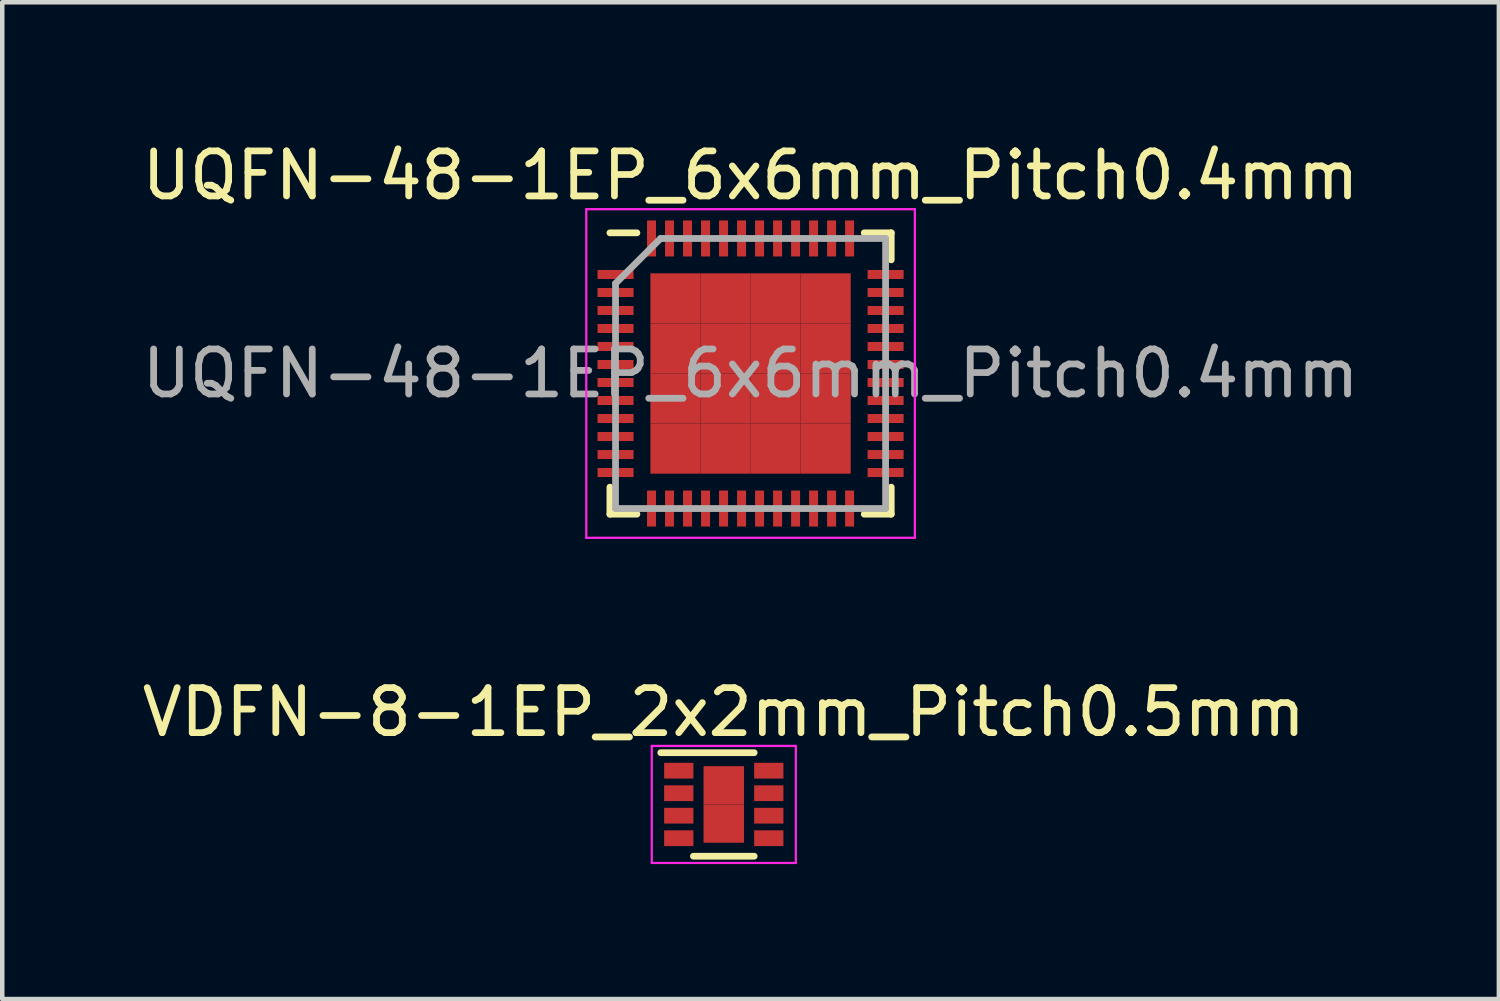
<source format=kicad_pcb>
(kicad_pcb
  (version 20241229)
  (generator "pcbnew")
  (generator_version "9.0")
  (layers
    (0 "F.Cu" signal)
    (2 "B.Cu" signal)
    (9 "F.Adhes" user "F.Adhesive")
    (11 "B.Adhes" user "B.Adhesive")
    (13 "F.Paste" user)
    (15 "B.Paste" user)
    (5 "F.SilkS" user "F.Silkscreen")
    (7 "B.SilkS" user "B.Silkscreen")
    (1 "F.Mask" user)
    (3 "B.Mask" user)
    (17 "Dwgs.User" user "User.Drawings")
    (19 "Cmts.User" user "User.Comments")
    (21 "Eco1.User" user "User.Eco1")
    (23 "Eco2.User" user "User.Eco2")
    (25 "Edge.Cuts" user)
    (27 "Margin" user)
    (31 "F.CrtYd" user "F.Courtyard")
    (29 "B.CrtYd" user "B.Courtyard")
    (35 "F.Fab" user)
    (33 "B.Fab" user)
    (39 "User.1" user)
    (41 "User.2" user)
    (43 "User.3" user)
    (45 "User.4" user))
  (footprint "UQFN-48-1EP_6x6mm_Pitch0.4mm"
    (layer "F.Cu")
    (at 13.625 5.248)
    (property "Reference" "UQFN-48-1EP_6x6mm_Pitch0.4mm" (at 0 -4.4 0) (layer "F.SilkS") (effects (font (size 1 1) (thickness 0.15))))
    (attr smd)
    (fp_line (start -3.125 -3.125) (end -2.525 -3.125) (stroke (width 0.15) (type solid)) (layer "F.SilkS"))
    (fp_line (start -3.125 3.125) (end -3.125 2.525) (stroke (width 0.15) (type solid)) (layer "F.SilkS"))
    (fp_line (start -3.125 3.125) (end -2.525 3.125) (stroke (width 0.15) (type solid)) (layer "F.SilkS"))
    (fp_line (start 3.125 -3.125) (end 2.525 -3.125) (stroke (width 0.15) (type solid)) (layer "F.SilkS"))
    (fp_line (start 3.125 -3.125) (end 3.125 -2.525) (stroke (width 0.15) (type solid)) (layer "F.SilkS"))
    (fp_line (start 3.125 3.125) (end 2.525 3.125) (stroke (width 0.15) (type solid)) (layer "F.SilkS"))
    (fp_line (start 3.125 3.125) (end 3.125 2.525) (stroke (width 0.15) (type solid)) (layer "F.SilkS"))
    (fp_line (start -3.65 -3.65) (end -3.65 3.65) (stroke (width 0.05) (type solid)) (layer "F.CrtYd"))
    (fp_line (start -3.65 -3.65) (end 3.65 -3.65) (stroke (width 0.05) (type solid)) (layer "F.CrtYd"))
    (fp_line (start -3.65 3.65) (end 3.65 3.65) (stroke (width 0.05) (type solid)) (layer "F.CrtYd"))
    (fp_line (start 3.65 -3.65) (end 3.65 3.65) (stroke (width 0.05) (type solid)) (layer "F.CrtYd"))
    (fp_line (start -3 -2) (end -2 -3) (stroke (width 0.15) (type solid)) (layer "F.Fab"))
    (fp_line (start -3 3) (end -3 -2) (stroke (width 0.15) (type solid)) (layer "F.Fab"))
    (fp_line (start -2 -3) (end 3 -3) (stroke (width 0.15) (type solid)) (layer "F.Fab"))
    (fp_line (start 3 -3) (end 3 3) (stroke (width 0.15) (type solid)) (layer "F.Fab"))
    (fp_line (start 3 3) (end -3 3) (stroke (width 0.15) (type solid)) (layer "F.Fab"))
    (fp_text user "${REFERENCE}" (at 0 0 0) (layer "F.Fab") (effects (font (size 1 1) (thickness 0.15))))
    (pad "1" smd rect (at -3 -2.2) (size 0.8 0.2) (layers "F.Cu" "F.Mask" "F.Paste"))
    (pad "2" smd rect (at -3 -1.8) (size 0.8 0.2) (layers "F.Cu" "F.Mask" "F.Paste"))
    (pad "3" smd rect (at -3 -1.4) (size 0.8 0.2) (layers "F.Cu" "F.Mask" "F.Paste"))
    (pad "4" smd rect (at -3 -1) (size 0.8 0.2) (layers "F.Cu" "F.Mask" "F.Paste"))
    (pad "5" smd rect (at -3 -0.6) (size 0.8 0.2) (layers "F.Cu" "F.Mask" "F.Paste"))
    (pad "6" smd rect (at -3 -0.2) (size 0.8 0.2) (layers "F.Cu" "F.Mask" "F.Paste"))
    (pad "7" smd rect (at -3 0.2) (size 0.8 0.2) (layers "F.Cu" "F.Mask" "F.Paste"))
    (pad "8" smd rect (at -3 0.6) (size 0.8 0.2) (layers "F.Cu" "F.Mask" "F.Paste"))
    (pad "9" smd rect (at -3 1) (size 0.8 0.2) (layers "F.Cu" "F.Mask" "F.Paste"))
    (pad "10" smd rect (at -3 1.4) (size 0.8 0.2) (layers "F.Cu" "F.Mask" "F.Paste"))
    (pad "11" smd rect (at -3 1.8) (size 0.8 0.2) (layers "F.Cu" "F.Mask" "F.Paste"))
    (pad "12" smd rect (at -3 2.2) (size 0.8 0.2) (layers "F.Cu" "F.Mask" "F.Paste"))
    (pad "13" smd rect (at -2.2 3 90) (size 0.8 0.2) (layers "F.Cu" "F.Mask" "F.Paste"))
    (pad "14" smd rect (at -1.8 3 90) (size 0.8 0.2) (layers "F.Cu" "F.Mask" "F.Paste"))
    (pad "15" smd rect (at -1.4 3 90) (size 0.8 0.2) (layers "F.Cu" "F.Mask" "F.Paste"))
    (pad "16" smd rect (at -1 3 90) (size 0.8 0.2) (layers "F.Cu" "F.Mask" "F.Paste"))
    (pad "17" smd rect (at -0.6 3 90) (size 0.8 0.2) (layers "F.Cu" "F.Mask" "F.Paste"))
    (pad "18" smd rect (at -0.2 3 90) (size 0.8 0.2) (layers "F.Cu" "F.Mask" "F.Paste"))
    (pad "19" smd rect (at 0.2 3 90) (size 0.8 0.2) (layers "F.Cu" "F.Mask" "F.Paste"))
    (pad "20" smd rect (at 0.6 3 90) (size 0.8 0.2) (layers "F.Cu" "F.Mask" "F.Paste"))
    (pad "21" smd rect (at 1 3 90) (size 0.8 0.2) (layers "F.Cu" "F.Mask" "F.Paste"))
    (pad "22" smd rect (at 1.4 3 90) (size 0.8 0.2) (layers "F.Cu" "F.Mask" "F.Paste"))
    (pad "23" smd rect (at 1.8 3 90) (size 0.8 0.2) (layers "F.Cu" "F.Mask" "F.Paste"))
    (pad "24" smd rect (at 2.2 3 90) (size 0.8 0.2) (layers "F.Cu" "F.Mask" "F.Paste"))
    (pad "25" smd rect (at 3 2.2) (size 0.8 0.2) (layers "F.Cu" "F.Mask" "F.Paste"))
    (pad "26" smd rect (at 3 1.8) (size 0.8 0.2) (layers "F.Cu" "F.Mask" "F.Paste"))
    (pad "27" smd rect (at 3 1.4) (size 0.8 0.2) (layers "F.Cu" "F.Mask" "F.Paste"))
    (pad "28" smd rect (at 3 1) (size 0.8 0.2) (layers "F.Cu" "F.Mask" "F.Paste"))
    (pad "29" smd rect (at 3 0.6) (size 0.8 0.2) (layers "F.Cu" "F.Mask" "F.Paste"))
    (pad "30" smd rect (at 3 0.2) (size 0.8 0.2) (layers "F.Cu" "F.Mask" "F.Paste"))
    (pad "31" smd rect (at 3 -0.2) (size 0.8 0.2) (layers "F.Cu" "F.Mask" "F.Paste"))
    (pad "32" smd rect (at 3 -0.6) (size 0.8 0.2) (layers "F.Cu" "F.Mask" "F.Paste"))
    (pad "33" smd rect (at 3 -1) (size 0.8 0.2) (layers "F.Cu" "F.Mask" "F.Paste"))
    (pad "34" smd rect (at 3 -1.4) (size 0.8 0.2) (layers "F.Cu" "F.Mask" "F.Paste"))
    (pad "35" smd rect (at 3 -1.8) (size 0.8 0.2) (layers "F.Cu" "F.Mask" "F.Paste"))
    (pad "36" smd rect (at 3 -2.2) (size 0.8 0.2) (layers "F.Cu" "F.Mask" "F.Paste"))
    (pad "37" smd rect (at 2.2 -3 90) (size 0.8 0.2) (layers "F.Cu" "F.Mask" "F.Paste"))
    (pad "38" smd rect (at 1.8 -3 90) (size 0.8 0.2) (layers "F.Cu" "F.Mask" "F.Paste"))
    (pad "39" smd rect (at 1.4 -3 90) (size 0.8 0.2) (layers "F.Cu" "F.Mask" "F.Paste"))
    (pad "40" smd rect (at 1 -3 90) (size 0.8 0.2) (layers "F.Cu" "F.Mask" "F.Paste"))
    (pad "41" smd rect (at 0.6 -3 90) (size 0.8 0.2) (layers "F.Cu" "F.Mask" "F.Paste"))
    (pad "42" smd rect (at 0.2 -3 90) (size 0.8 0.2) (layers "F.Cu" "F.Mask" "F.Paste"))
    (pad "43" smd rect (at -0.2 -3 90) (size 0.8 0.2) (layers "F.Cu" "F.Mask" "F.Paste"))
    (pad "44" smd rect (at -0.6 -3 90) (size 0.8 0.2) (layers "F.Cu" "F.Mask" "F.Paste"))
    (pad "45" smd rect (at -1 -3 90) (size 0.8 0.2) (layers "F.Cu" "F.Mask" "F.Paste"))
    (pad "46" smd rect (at -1.4 -3 90) (size 0.8 0.2) (layers "F.Cu" "F.Mask" "F.Paste"))
    (pad "47" smd rect (at -1.8 -3 90) (size 0.8 0.2) (layers "F.Cu" "F.Mask" "F.Paste"))
    (pad "48" smd rect (at -2.2 -3 90) (size 0.8 0.2) (layers "F.Cu" "F.Mask" "F.Paste"))
    (pad "49" smd rect (at -1.669 -1.669) (size 1.113 1.113) (layers "F.Cu" "F.Mask" "F.Paste"))
    (pad "49" smd rect (at -1.669 -0.556) (size 1.113 1.113) (layers "F.Cu" "F.Mask" "F.Paste"))
    (pad "49" smd rect (at -1.669 0.556) (size 1.113 1.113) (layers "F.Cu" "F.Mask" "F.Paste"))
    (pad "49" smd rect (at -1.669 1.669) (size 1.113 1.113) (layers "F.Cu" "F.Mask" "F.Paste"))
    (pad "49" smd rect (at -0.556 -1.669) (size 1.113 1.113) (layers "F.Cu" "F.Mask" "F.Paste"))
    (pad "49" smd rect (at -0.556 -0.556) (size 1.113 1.113) (layers "F.Cu" "F.Mask" "F.Paste"))
    (pad "49" smd rect (at -0.556 0.556) (size 1.113 1.113) (layers "F.Cu" "F.Mask" "F.Paste"))
    (pad "49" smd rect (at -0.556 1.669) (size 1.113 1.113) (layers "F.Cu" "F.Mask" "F.Paste"))
    (pad "49" smd rect (at 0.556 -1.669) (size 1.113 1.113) (layers "F.Cu" "F.Mask" "F.Paste"))
    (pad "49" smd rect (at 0.556 -0.556) (size 1.113 1.113) (layers "F.Cu" "F.Mask" "F.Paste"))
    (pad "49" smd rect (at 0.556 0.556) (size 1.113 1.113) (layers "F.Cu" "F.Mask" "F.Paste"))
    (pad "49" smd rect (at 0.556 1.669) (size 1.113 1.113) (layers "F.Cu" "F.Mask" "F.Paste"))
    (pad "49" smd rect (at 1.669 -1.669) (size 1.113 1.113) (layers "F.Cu" "F.Mask" "F.Paste"))
    (pad "49" smd rect (at 1.669 -0.556) (size 1.113 1.113) (layers "F.Cu" "F.Mask" "F.Paste"))
    (pad "49" smd rect (at 1.669 0.556) (size 1.113 1.113) (layers "F.Cu" "F.Mask" "F.Paste"))
    (pad "49" smd rect (at 1.669 1.669) (size 1.113 1.113) (layers "F.Cu" "F.Mask" "F.Paste")))
  (footprint "VDFN-8-1EP_2x2mm_Pitch0.5mm"
    (layer "F.Cu")
    (at 13.03 14.822)
    (property "Reference" "VDFN-8-1EP_2x2mm_Pitch0.5mm" (at 0 -2.05 0) (layer "F.SilkS") (effects (font (size 1 1) (thickness 0.15))))
    (attr smd)
    (fp_line (start -1.4 -1.15) (end 0.675 -1.15) (stroke (width 0.15) (type solid)) (layer "F.SilkS"))
    (fp_line (start -0.675 1.15) (end 0.675 1.15) (stroke (width 0.15) (type solid)) (layer "F.SilkS"))
    (fp_line (start -1.6 -1.3) (end -1.6 1.3) (stroke (width 0.05) (type solid)) (layer "F.CrtYd"))
    (fp_line (start -1.6 -1.3) (end 1.6 -1.3) (stroke (width 0.05) (type solid)) (layer "F.CrtYd"))
    (fp_line (start -1.6 1.3) (end 1.6 1.3) (stroke (width 0.05) (type solid)) (layer "F.CrtYd"))
    (fp_line (start 1.6 -1.3) (end 1.6 1.3) (stroke (width 0.05) (type solid)) (layer "F.CrtYd"))
    (pad "1" smd rect (at -1 -0.75) (size 0.65 0.35) (layers "F.Cu" "F.Mask" "F.Paste"))
    (pad "2" smd rect (at -1 -0.25) (size 0.65 0.35) (layers "F.Cu" "F.Mask" "F.Paste"))
    (pad "3" smd rect (at -1 0.25) (size 0.65 0.35) (layers "F.Cu" "F.Mask" "F.Paste"))
    (pad "4" smd rect (at -1 0.75) (size 0.65 0.35) (layers "F.Cu" "F.Mask" "F.Paste"))
    (pad "5" smd rect (at 1 0.75) (size 0.65 0.35) (layers "F.Cu" "F.Mask" "F.Paste"))
    (pad "6" smd rect (at 1 0.25) (size 0.65 0.35) (layers "F.Cu" "F.Mask" "F.Paste"))
    (pad "7" smd rect (at 1 -0.25) (size 0.65 0.35) (layers "F.Cu" "F.Mask" "F.Paste"))
    (pad "8" smd rect (at 1 -0.75) (size 0.65 0.35) (layers "F.Cu" "F.Mask" "F.Paste"))
    (pad "9" smd rect (at 0 -0.425) (size 0.9 0.85) (layers "F.Cu" "F.Mask" "F.Paste"))
    (pad "9" smd rect (at 0 0.425) (size 0.9 0.85) (layers "F.Cu" "F.Mask" "F.Paste")))
  (gr_rect
    (start -3 -3)
    (end 30.25 19.146)
    (stroke (width 0.1) (type default))
    (fill no)
    (layer "Edge.Cuts")))
</source>
